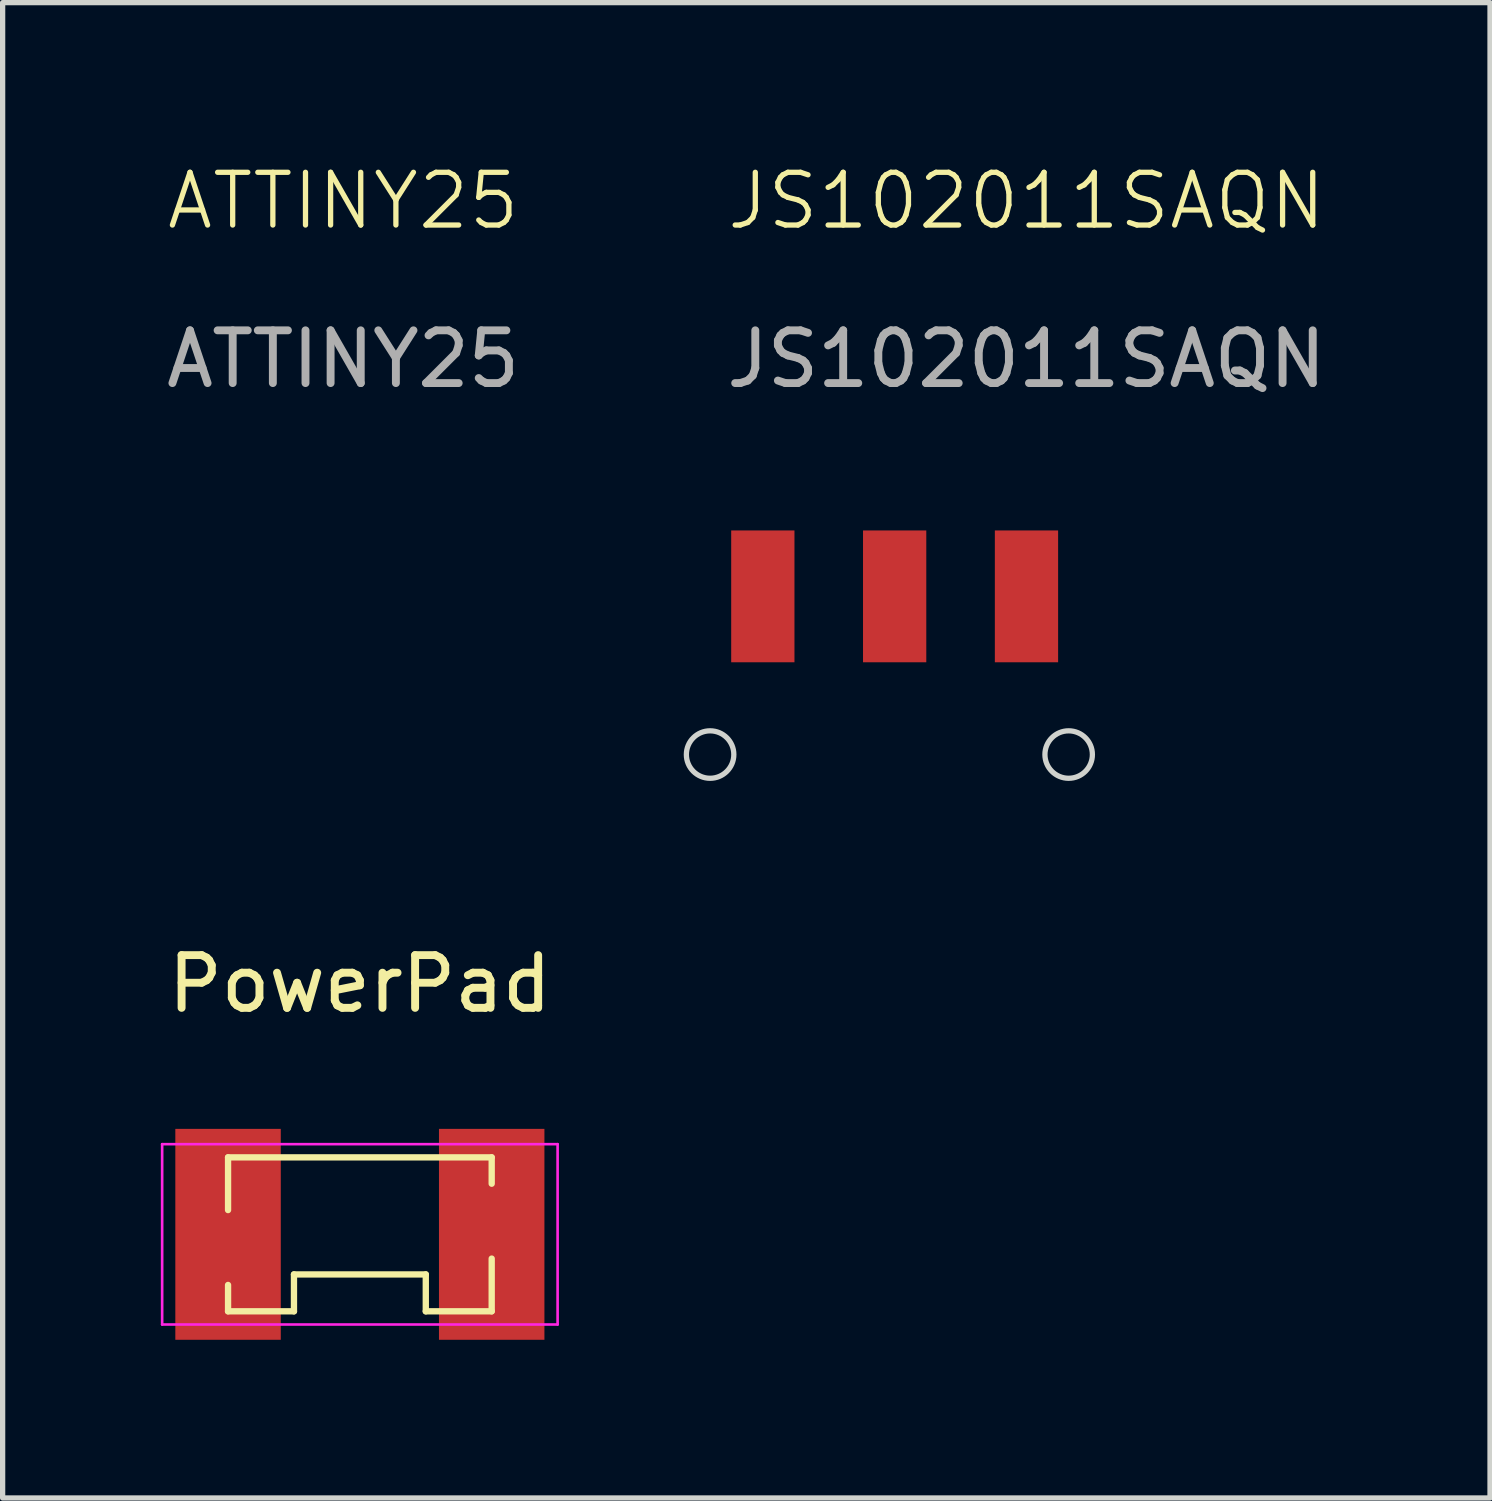
<source format=kicad_pcb>
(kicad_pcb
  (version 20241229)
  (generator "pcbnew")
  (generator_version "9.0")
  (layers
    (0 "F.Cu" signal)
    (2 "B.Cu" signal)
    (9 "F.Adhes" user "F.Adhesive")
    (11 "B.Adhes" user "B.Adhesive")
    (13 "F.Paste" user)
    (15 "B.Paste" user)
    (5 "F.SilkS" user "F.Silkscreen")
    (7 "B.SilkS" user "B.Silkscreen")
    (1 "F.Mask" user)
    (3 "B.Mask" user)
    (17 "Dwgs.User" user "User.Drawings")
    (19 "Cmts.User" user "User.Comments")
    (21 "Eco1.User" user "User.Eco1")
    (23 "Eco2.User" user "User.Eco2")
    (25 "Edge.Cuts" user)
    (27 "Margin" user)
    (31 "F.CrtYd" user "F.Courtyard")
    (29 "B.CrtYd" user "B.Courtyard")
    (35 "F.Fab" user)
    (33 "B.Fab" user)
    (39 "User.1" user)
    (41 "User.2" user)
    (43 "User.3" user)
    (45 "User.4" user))
  (footprint "PowerPad"
    (layer "F.Cu")
    (at 3.775 20.359)
    (property "Reference" "PowerPad" (at 0 -4.75 0) (layer "F.SilkS") (effects (font (size 1 1) (thickness 0.15))))
    (attr smd)
    (fp_line (start -2.5 -1.46) (end -2.5 -0.46) (stroke (width 0.12) (type default)) (layer "F.SilkS"))
    (fp_line (start -2.5 1.46) (end -2.5 0.96) (stroke (width 0.12) (type default)) (layer "F.SilkS"))
    (fp_line (start -1.25 0.76) (end -1.25 1.46) (stroke (width 0.12) (type default)) (layer "F.SilkS"))
    (fp_line (start -1.25 1.46) (end -2.5 1.46) (stroke (width 0.12) (type default)) (layer "F.SilkS"))
    (fp_line (start 1.25 0.76) (end -1.25 0.76) (stroke (width 0.12) (type default)) (layer "F.SilkS"))
    (fp_line (start 1.25 1.46) (end 1.25 0.76) (stroke (width 0.12) (type default)) (layer "F.SilkS"))
    (fp_line (start 2.5 -1.46) (end -2.5 -1.46) (stroke (width 0.12) (type default)) (layer "F.SilkS"))
    (fp_line (start 2.5 -0.96) (end 2.5 -1.46) (stroke (width 0.12) (type default)) (layer "F.SilkS"))
    (fp_line (start 2.5 0.46) (end 2.5 1.46) (stroke (width 0.12) (type default)) (layer "F.SilkS"))
    (fp_line (start 2.5 1.46) (end 1.25 1.46) (stroke (width 0.12) (type default)) (layer "F.SilkS"))
    (fp_line (start -3.75 -1.71) (end 3.75 -1.71) (stroke (width 0.05) (type default)) (layer "F.CrtYd"))
    (fp_line (start -3.75 1.71) (end -3.75 -1.71) (stroke (width 0.05) (type default)) (layer "F.CrtYd"))
    (fp_line (start 3.75 -1.71) (end 3.75 1.71) (stroke (width 0.05) (type default)) (layer "F.CrtYd"))
    (fp_line (start 3.75 1.71) (end -3.75 1.71) (stroke (width 0.05) (type default)) (layer "F.CrtYd"))
    (pad "1" smd rect (at 2.5 0 270) (size 4 2) (layers "F.Cu" "F.Mask" "F.Paste"))
    (pad "2" smd rect (at -2.5 0 270) (size 4 2) (layers "F.Cu" "F.Mask" "F.Paste")))
  (footprint "JS102011SAQN"
    (layer "F.Cu")
    (at 16.417 1.26)
    (property "Reference" "JS102011SAQN" (at 0 -0.5 0) (unlocked yes) (layer "F.SilkS") (effects (font (size 1 1) (thickness 0.1))))
    (attr smd)
    (fp_circle (center -6 10) (end -5.55 10) (stroke (width 0.1) (type default)) (fill no) (layer "Edge.Cuts"))
    (fp_circle (center 0.8 10) (end 1.25 10) (stroke (width 0.1) (type default)) (fill no) (layer "Edge.Cuts"))
    (fp_text user "${REFERENCE}" (at 0 2.5 0) (unlocked yes) (layer "F.Fab") (effects (font (size 1 1) (thickness 0.15))))
    (pad "1" smd rect (at -5 7) (size 1.2 2.5) (layers "F.Cu" "F.Mask" "F.Paste"))
    (pad "2" smd rect (at -2.5 7) (size 1.2 2.5) (layers "F.Cu" "F.Mask" "F.Paste"))
    (pad "3" smd rect (at 0 7) (size 1.2 2.5) (layers "F.Cu" "F.Mask" "F.Paste")))
  (footprint "ATTINY25"
    (layer "F.Cu")
    (at 3.458 1.26)
    (property "Reference" "ATTINY25" (at 0 -0.5 0) (unlocked yes) (layer "F.SilkS") (effects (font (size 1 1) (thickness 0.1))))
    (attr smd)
    (fp_text user "${REFERENCE}" (at 0 2.5 0) (unlocked yes) (layer "F.Fab") (effects (font (size 1 1) (thickness 0.15)))))
  (gr_rect
    (start -3 -3)
    (end 25.208 25.359)
    (stroke (width 0.1) (type default))
    (fill no)
    (layer "Edge.Cuts")))
</source>
